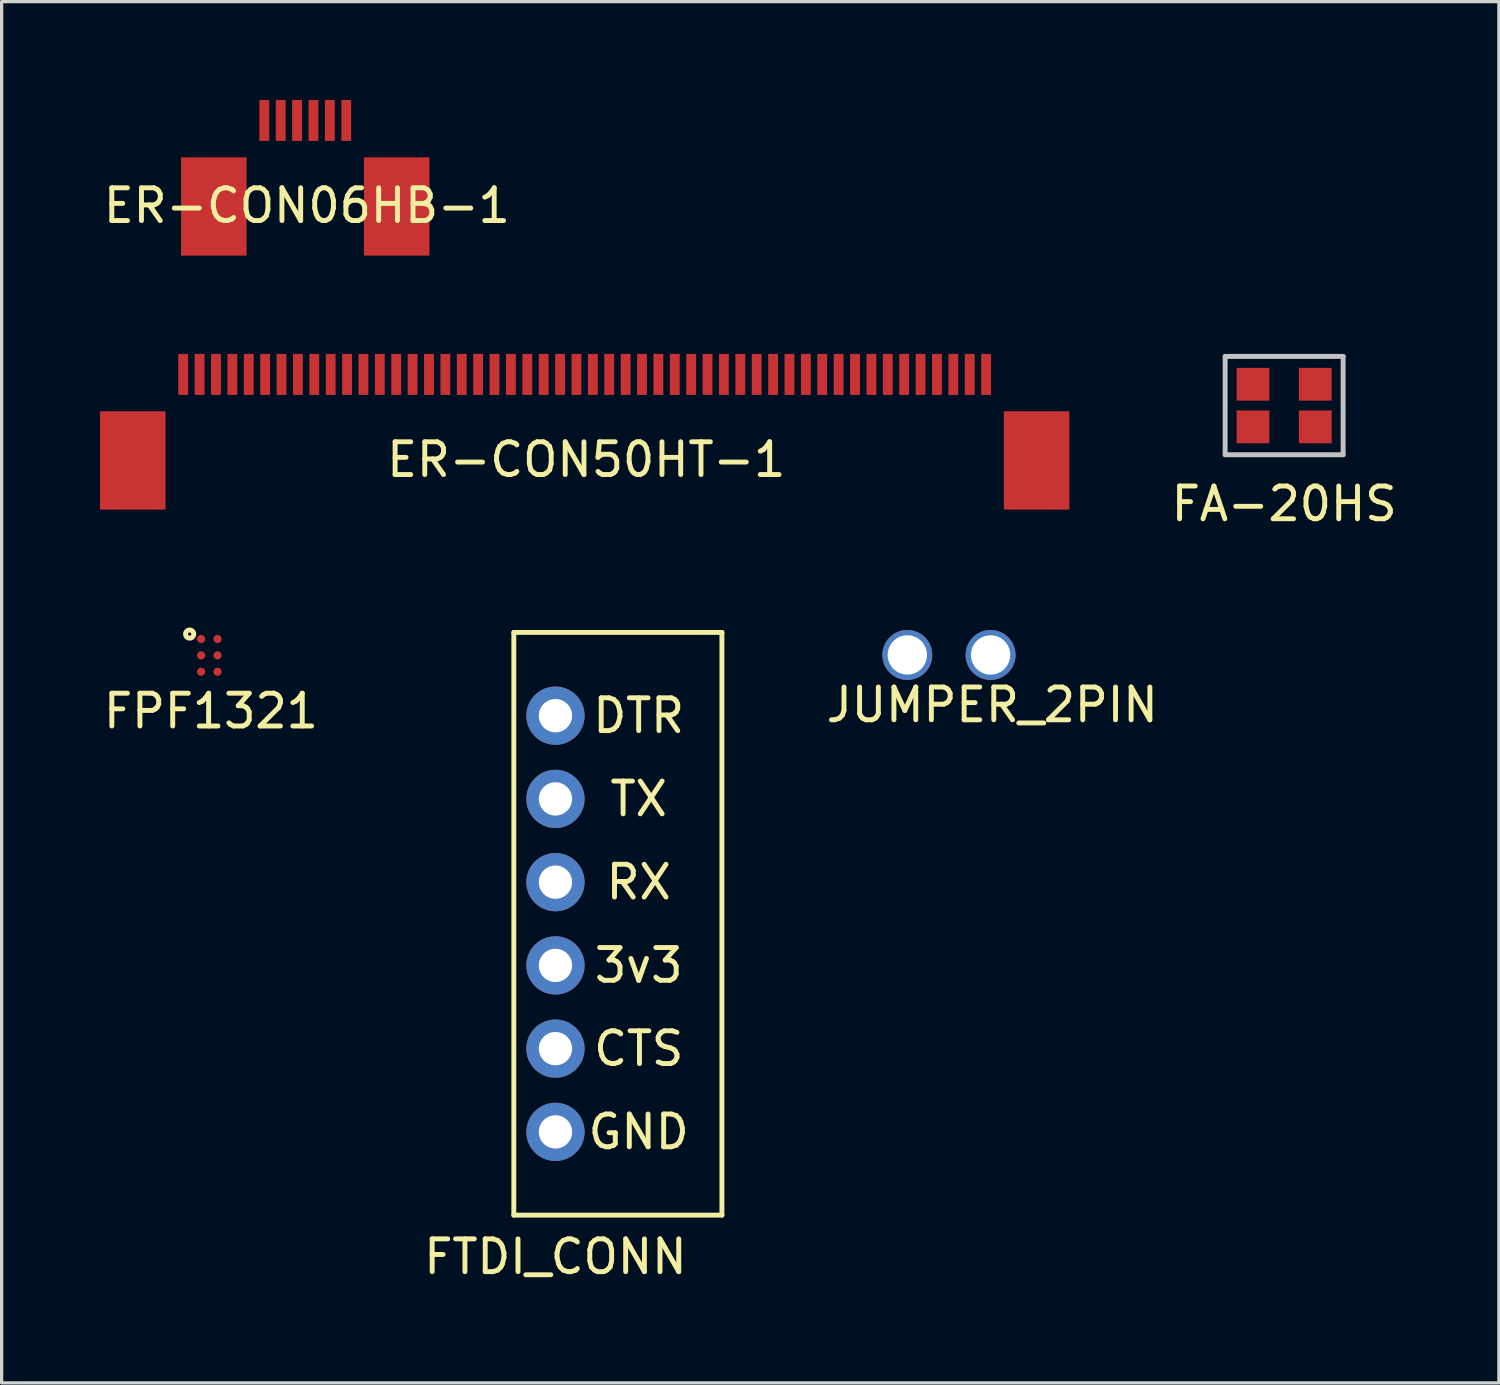
<source format=kicad_pcb>
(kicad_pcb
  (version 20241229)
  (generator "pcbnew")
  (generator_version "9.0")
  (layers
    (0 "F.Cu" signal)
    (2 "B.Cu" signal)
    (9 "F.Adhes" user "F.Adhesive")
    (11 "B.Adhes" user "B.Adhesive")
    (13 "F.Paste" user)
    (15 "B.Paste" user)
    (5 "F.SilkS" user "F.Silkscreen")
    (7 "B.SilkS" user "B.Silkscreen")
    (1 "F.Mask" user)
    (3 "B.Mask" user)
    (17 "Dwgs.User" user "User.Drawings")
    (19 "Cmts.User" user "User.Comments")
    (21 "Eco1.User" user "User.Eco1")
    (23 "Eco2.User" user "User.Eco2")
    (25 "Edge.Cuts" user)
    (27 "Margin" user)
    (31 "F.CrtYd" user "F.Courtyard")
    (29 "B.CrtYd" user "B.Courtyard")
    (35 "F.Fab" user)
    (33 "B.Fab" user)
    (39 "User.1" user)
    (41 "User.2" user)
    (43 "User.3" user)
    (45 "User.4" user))
  (footprint "FPF1321"
    (layer "F.Cu")
    (at 3.337 16.948)
    (property "Reference" "FPF1321" (at 0.05 1.7 0) (layer "F.SilkS") (effects (font (size 1 1) (thickness 0.15))))
    (attr through_hole)
    (fp_circle (center -0.6 -0.65) (end -0.6 -0.6) (stroke (width 0.15) (type solid)) (fill no) (layer "F.SilkS"))
    (pad "A1" smd circle (at -0.25 -0.5) (size 0.25 0.25) (layers "F.Cu" "F.Mask" "F.Paste"))
    (pad "A2" smd circle (at 0.25 -0.5) (size 0.25 0.25) (layers "F.Cu" "F.Mask" "F.Paste"))
    (pad "B1" smd circle (at -0.25 0) (size 0.25 0.25) (layers "F.Cu" "F.Mask" "F.Paste"))
    (pad "B2" smd circle (at 0.25 0) (size 0.25 0.25) (layers "F.Cu" "F.Mask" "F.Paste"))
    (pad "C1" smd circle (at -0.25 0.5) (size 0.25 0.25) (layers "F.Cu" "F.Mask" "F.Paste"))
    (pad "C2" smd circle (at 0.25 0.5) (size 0.25 0.25) (layers "F.Cu" "F.Mask" "F.Paste")))
  (footprint "ER-CON50HT-1"
    (layer "F.Cu")
    (at 14.79 8.375)
    (property "Reference" "ER-CON50HT-1" (at 0.05 2.6 0) (layer "F.SilkS") (effects (font (size 1 1) (thickness 0.15))))
    (attr through_hole)
    (pad "1" smd rect (at -12.25 0) (size 0.3 1.25) (layers "F.Cu" "F.Mask" "F.Paste"))
    (pad "2" smd rect (at -11.75 0) (size 0.3 1.25) (layers "F.Cu" "F.Mask" "F.Paste"))
    (pad "3" smd rect (at -11.25 0) (size 0.3 1.25) (layers "F.Cu" "F.Mask" "F.Paste"))
    (pad "4" smd rect (at -10.75 0) (size 0.3 1.25) (layers "F.Cu" "F.Mask" "F.Paste"))
    (pad "5" smd rect (at -10.25 0) (size 0.3 1.25) (layers "F.Cu" "F.Mask" "F.Paste"))
    (pad "6" smd rect (at -9.75 0) (size 0.3 1.25) (layers "F.Cu" "F.Mask" "F.Paste"))
    (pad "7" smd rect (at -9.25 0) (size 0.3 1.25) (layers "F.Cu" "F.Mask" "F.Paste"))
    (pad "8" smd rect (at -8.75 0) (size 0.3 1.25) (layers "F.Cu" "F.Mask" "F.Paste"))
    (pad "9" smd rect (at -8.25 0) (size 0.3 1.25) (layers "F.Cu" "F.Mask" "F.Paste"))
    (pad "10" smd rect (at -7.75 0) (size 0.3 1.25) (layers "F.Cu" "F.Mask" "F.Paste"))
    (pad "11" smd rect (at -7.25 0) (size 0.3 1.25) (layers "F.Cu" "F.Mask" "F.Paste"))
    (pad "12" smd rect (at -6.75 0) (size 0.3 1.25) (layers "F.Cu" "F.Mask" "F.Paste"))
    (pad "13" smd rect (at -6.25 0) (size 0.3 1.25) (layers "F.Cu" "F.Mask" "F.Paste"))
    (pad "14" smd rect (at -5.75 0) (size 0.3 1.25) (layers "F.Cu" "F.Mask" "F.Paste"))
    (pad "15" smd rect (at -5.25 0) (size 0.3 1.25) (layers "F.Cu" "F.Mask" "F.Paste"))
    (pad "16" smd rect (at -4.75 0) (size 0.3 1.25) (layers "F.Cu" "F.Mask" "F.Paste"))
    (pad "17" smd rect (at -4.25 0) (size 0.3 1.25) (layers "F.Cu" "F.Mask" "F.Paste"))
    (pad "18" smd rect (at -3.75 0) (size 0.3 1.25) (layers "F.Cu" "F.Mask" "F.Paste"))
    (pad "19" smd rect (at -3.25 0) (size 0.3 1.25) (layers "F.Cu" "F.Mask" "F.Paste"))
    (pad "20" smd rect (at -2.75 0) (size 0.3 1.25) (layers "F.Cu" "F.Mask" "F.Paste"))
    (pad "21" smd rect (at -2.25 0) (size 0.3 1.25) (layers "F.Cu" "F.Mask" "F.Paste"))
    (pad "22" smd rect (at -1.75 0) (size 0.3 1.25) (layers "F.Cu" "F.Mask" "F.Paste"))
    (pad "23" smd rect (at -1.25 0) (size 0.3 1.25) (layers "F.Cu" "F.Mask" "F.Paste"))
    (pad "24" smd rect (at -0.75 0) (size 0.3 1.25) (layers "F.Cu" "F.Mask" "F.Paste"))
    (pad "25" smd rect (at -0.25 0) (size 0.3 1.25) (layers "F.Cu" "F.Mask" "F.Paste"))
    (pad "26" smd rect (at 0.25 0) (size 0.3 1.25) (layers "F.Cu" "F.Mask" "F.Paste"))
    (pad "27" smd rect (at 0.75 0) (size 0.3 1.25) (layers "F.Cu" "F.Mask" "F.Paste"))
    (pad "28" smd rect (at 1.25 0) (size 0.3 1.25) (layers "F.Cu" "F.Mask" "F.Paste"))
    (pad "29" smd rect (at 1.75 0) (size 0.3 1.25) (layers "F.Cu" "F.Mask" "F.Paste"))
    (pad "30" smd rect (at 2.25 0) (size 0.3 1.25) (layers "F.Cu" "F.Mask" "F.Paste"))
    (pad "31" smd rect (at 2.75 0) (size 0.3 1.25) (layers "F.Cu" "F.Mask" "F.Paste"))
    (pad "32" smd rect (at 3.25 0) (size 0.3 1.25) (layers "F.Cu" "F.Mask" "F.Paste"))
    (pad "33" smd rect (at 3.75 0) (size 0.3 1.25) (layers "F.Cu" "F.Mask" "F.Paste"))
    (pad "34" smd rect (at 4.25 0) (size 0.3 1.25) (layers "F.Cu" "F.Mask" "F.Paste"))
    (pad "35" smd rect (at 4.75 0) (size 0.3 1.25) (layers "F.Cu" "F.Mask" "F.Paste"))
    (pad "36" smd rect (at 5.25 0) (size 0.3 1.25) (layers "F.Cu" "F.Mask" "F.Paste"))
    (pad "37" smd rect (at 5.75 0) (size 0.3 1.25) (layers "F.Cu" "F.Mask" "F.Paste"))
    (pad "38" smd rect (at 6.25 0) (size 0.3 1.25) (layers "F.Cu" "F.Mask" "F.Paste"))
    (pad "39" smd rect (at 6.75 0) (size 0.3 1.25) (layers "F.Cu" "F.Mask" "F.Paste"))
    (pad "40" smd rect (at 7.25 0) (size 0.3 1.25) (layers "F.Cu" "F.Mask" "F.Paste"))
    (pad "41" smd rect (at 7.75 0) (size 0.3 1.25) (layers "F.Cu" "F.Mask" "F.Paste"))
    (pad "42" smd rect (at 8.25 0) (size 0.3 1.25) (layers "F.Cu" "F.Mask" "F.Paste"))
    (pad "43" smd rect (at 8.75 0) (size 0.3 1.25) (layers "F.Cu" "F.Mask" "F.Paste"))
    (pad "44" smd rect (at 9.25 0) (size 0.3 1.25) (layers "F.Cu" "F.Mask" "F.Paste"))
    (pad "45" smd rect (at 9.75 0) (size 0.3 1.25) (layers "F.Cu" "F.Mask" "F.Paste"))
    (pad "46" smd rect (at 10.25 0) (size 0.3 1.25) (layers "F.Cu" "F.Mask" "F.Paste"))
    (pad "47" smd rect (at 10.75 0) (size 0.3 1.25) (layers "F.Cu" "F.Mask" "F.Paste"))
    (pad "48" smd rect (at 11.25 0) (size 0.3 1.25) (layers "F.Cu" "F.Mask" "F.Paste"))
    (pad "49" smd rect (at 11.75 0) (size 0.3 1.25) (layers "F.Cu" "F.Mask" "F.Paste"))
    (pad "50" smd rect (at 12.25 0) (size 0.3 1.25) (layers "F.Cu" "F.Mask" "F.Paste"))
    (pad "~" smd rect (at -13.79 2.625) (size 2 3) (layers "F.Cu" "F.Mask" "F.Paste"))
    (pad "~" smd rect (at 13.79 2.625) (size 2 3) (layers "F.Cu" "F.Mask" "F.Paste")))
  (footprint "JUMPER_2PIN"
    (layer "F.Cu")
    (at 27.176 16.935)
    (property "Reference" "JUMPER_2PIN" (at 0.051 1.524 0) (layer "F.SilkS") (effects (font (size 1 1) (thickness 0.15))))
    (attr through_hole)
    (pad "1" thru_hole circle (at 0 0) (size 1.524 1.524) (drill 1.2) (layers "*.Cu" "*.Mask"))
    (pad "2" thru_hole circle (at -2.54 0) (size 1.524 1.524) (drill 1.2) (layers "*.Cu" "*.Mask")))
  (footprint "FTDI_CONN"
    (layer "F.Cu")
    (at 13.899 25.138)
    (property "Reference" "FTDI_CONN" (at 0 10.16 180) (layer "F.SilkS") (effects (font (size 1 1) (thickness 0.15))))
    (attr through_hole)
    (fp_line (start -1.27 -8.89) (end 5.08 -8.89) (stroke (width 0.15) (type solid)) (layer "F.SilkS"))
    (fp_line (start -1.27 8.89) (end -1.27 -8.89) (stroke (width 0.15) (type solid)) (layer "F.SilkS"))
    (fp_line (start 5.08 -8.89) (end 5.08 8.89) (stroke (width 0.15) (type solid)) (layer "F.SilkS"))
    (fp_line (start 5.08 8.89) (end -1.27 8.89) (stroke (width 0.15) (type solid)) (layer "F.SilkS"))
    (fp_text user "CTS" (at 2.54 3.81 180) (layer "F.SilkS") (effects (font (size 1 1) (thickness 0.15))))
    (fp_text user "TX" (at 2.54 -3.81 180) (layer "F.SilkS") (effects (font (size 1 1) (thickness 0.15))))
    (fp_text user "3v3" (at 2.54 1.27 180) (layer "F.SilkS") (effects (font (size 1 1) (thickness 0.15))))
    (fp_text user "GND" (at 2.54 6.35 180) (layer "F.SilkS") (effects (font (size 1 1) (thickness 0.15))))
    (fp_text user "RX" (at 2.54 -1.27 180) (layer "F.SilkS") (effects (font (size 1 1) (thickness 0.15))))
    (fp_text user "DTR" (at 2.54 -6.35 180) (layer "F.SilkS") (effects (font (size 1 1) (thickness 0.15))))
    (pad "1" thru_hole circle (at 0 6.35) (size 1.778 1.778) (drill 1.016) (layers "*.Cu" "*.Mask"))
    (pad "2" thru_hole circle (at 0 3.81) (size 1.778 1.778) (drill 1.016) (layers "*.Cu" "*.Mask"))
    (pad "3" thru_hole circle (at 0 1.27) (size 1.778 1.778) (drill 1.016) (layers "*.Cu" "*.Mask"))
    (pad "4" thru_hole circle (at 0 -1.27) (size 1.778 1.778) (drill 1.016) (layers "*.Cu" "*.Mask"))
    (pad "5" thru_hole circle (at 0 -3.81) (size 1.778 1.778) (drill 1.016) (layers "*.Cu" "*.Mask"))
    (pad "6" thru_hole circle (at 0 -6.35) (size 1.778 1.778) (drill 1.016) (layers "*.Cu" "*.Mask")))
  (footprint "ER-CON06HB-1"
    (layer "F.Cu")
    (at 6.265 0.625)
    (property "Reference" "ER-CON06HB-1" (at 0.05 2.6 0) (layer "F.SilkS") (effects (font (size 1 1) (thickness 0.15))))
    (attr through_hole)
    (pad "1" smd rect (at -1.25 0) (size 0.3 1.25) (layers "F.Cu" "F.Mask" "F.Paste"))
    (pad "2" smd rect (at -0.75 0) (size 0.3 1.25) (layers "F.Cu" "F.Mask" "F.Paste"))
    (pad "3" smd rect (at -0.25 0) (size 0.3 1.25) (layers "F.Cu" "F.Mask" "F.Paste"))
    (pad "4" smd rect (at 0.25 0) (size 0.3 1.25) (layers "F.Cu" "F.Mask" "F.Paste"))
    (pad "5" smd rect (at 0.75 0) (size 0.3 1.25) (layers "F.Cu" "F.Mask" "F.Paste"))
    (pad "6" smd rect (at 1.25 0) (size 0.3 1.25) (layers "F.Cu" "F.Mask" "F.Paste"))
    (pad "~" smd rect (at -2.79 2.625) (size 2 3) (layers "F.Cu" "F.Mask" "F.Paste"))
    (pad "~" smd rect (at 2.79 2.625) (size 2 3) (layers "F.Cu" "F.Mask" "F.Paste")))
  (footprint "FA-20HS"
    (layer "F.Cu")
    (at 36.134 9.325)
    (property "Reference" "FA-20HS" (at 0 3 0) (layer "F.SilkS") (effects (font (size 1 1) (thickness 0.15))))
    (attr through_hole)
    (fp_line (start -1.8 -1.5) (end 1.8 -1.5) (stroke (width 0.15) (type solid)) (layer "Dwgs.User"))
    (fp_line (start -1.8 1.5) (end -1.8 -1.5) (stroke (width 0.15) (type solid)) (layer "Dwgs.User"))
    (fp_line (start 1.8 -1.5) (end 1.8 1.5) (stroke (width 0.15) (type solid)) (layer "Dwgs.User"))
    (fp_line (start 1.8 1.5) (end -1.8 1.5) (stroke (width 0.15) (type solid)) (layer "Dwgs.User"))
    (pad "1" smd rect (at -0.95 0.65) (size 1 1) (layers "F.Cu" "F.Mask" "F.Paste"))
    (pad "2" smd rect (at 0.95 0.65) (size 1 1) (layers "F.Cu" "F.Mask" "F.Paste"))
    (pad "3" smd rect (at 0.95 -0.65) (size 1 1) (layers "F.Cu" "F.Mask" "F.Paste"))
    (pad "4" smd rect (at -0.95 -0.65) (size 1 1) (layers "F.Cu" "F.Mask" "F.Paste")))
  (gr_rect
    (start -3 -3)
    (end 42.687 39.147)
    (stroke (width 0.1) (type default))
    (fill no)
    (layer "Edge.Cuts")))
</source>
